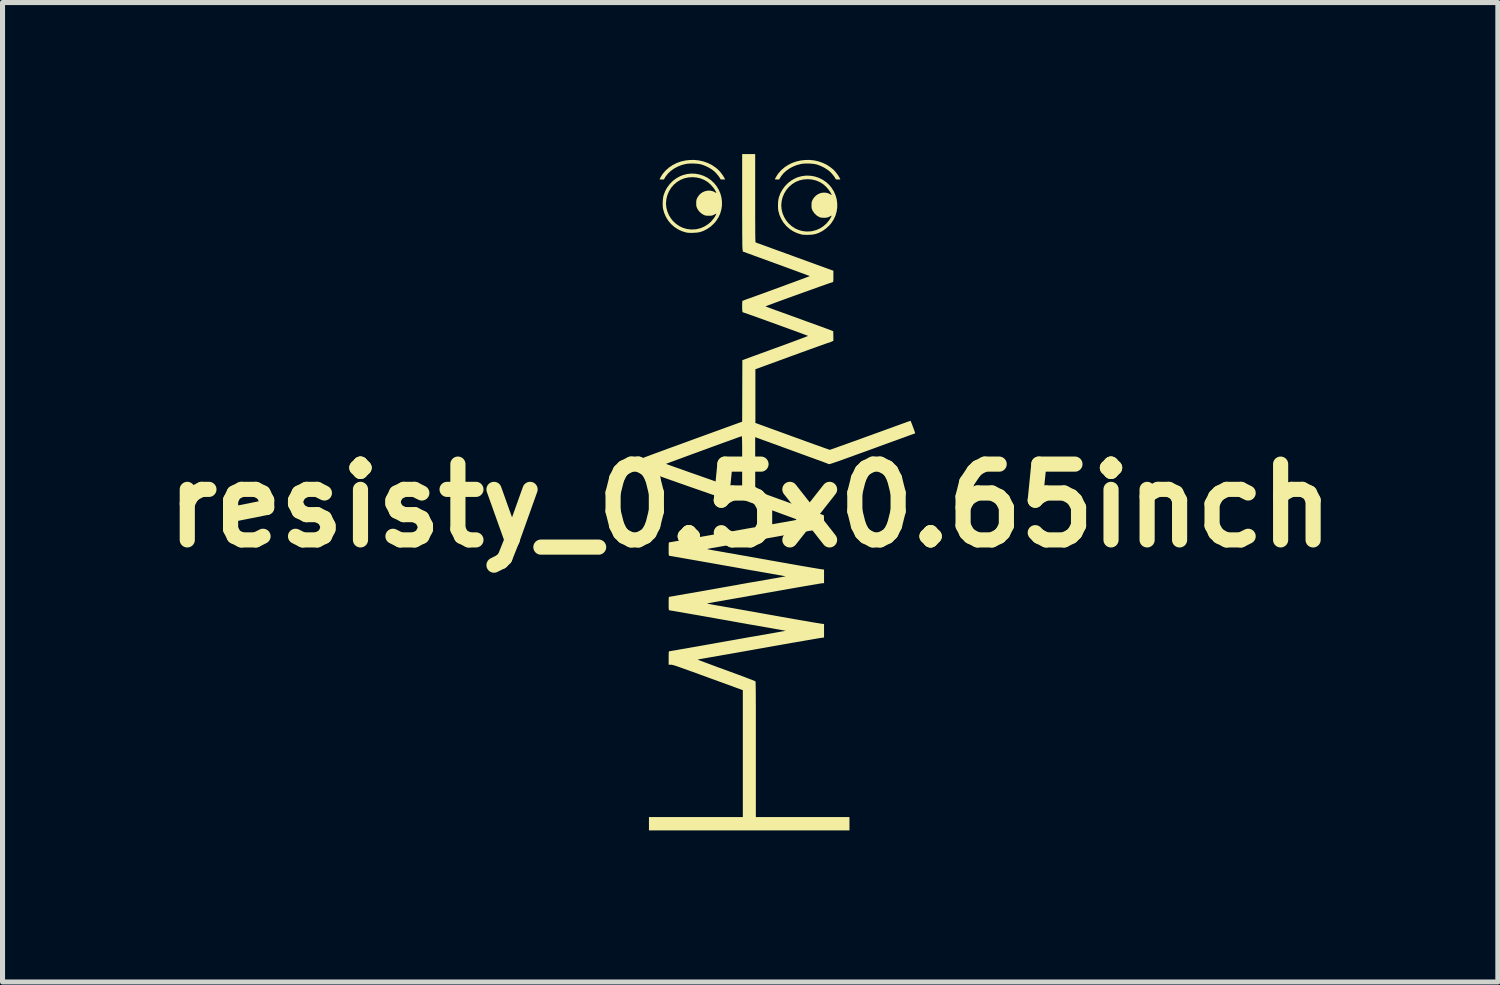
<source format=kicad_pcb>
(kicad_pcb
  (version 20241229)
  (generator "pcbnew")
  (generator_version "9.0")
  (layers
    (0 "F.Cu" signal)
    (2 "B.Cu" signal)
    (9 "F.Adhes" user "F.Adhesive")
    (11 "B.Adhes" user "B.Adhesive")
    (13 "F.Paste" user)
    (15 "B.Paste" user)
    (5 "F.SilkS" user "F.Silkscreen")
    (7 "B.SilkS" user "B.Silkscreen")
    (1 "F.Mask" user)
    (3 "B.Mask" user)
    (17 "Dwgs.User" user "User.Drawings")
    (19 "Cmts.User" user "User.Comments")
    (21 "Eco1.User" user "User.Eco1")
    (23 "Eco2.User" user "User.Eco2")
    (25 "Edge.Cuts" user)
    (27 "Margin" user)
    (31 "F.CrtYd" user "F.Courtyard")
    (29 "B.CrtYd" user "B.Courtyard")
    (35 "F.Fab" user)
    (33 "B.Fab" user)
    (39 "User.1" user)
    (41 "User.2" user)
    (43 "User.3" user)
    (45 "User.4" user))
  (footprint "resisty_0.5x0.65inch"
    (layer "F.Cu")
    (at 11.8 6.959)
    (property "Reference" "resisty_0.5x0.65inch" (at 0 0 0) (layer "F.SilkS") (effects (font (size 1.5 1.5) (thickness 0.3))))
    (attr board_only exclude_from_pos_files exclude_from_bom dnp)
    (fp_poly (pts (xy -1.016 -6.834) (xy -0.928 -6.814) (xy -0.843 -6.784) (xy -0.762 -6.745) (xy -0.687 -6.694) (xy -0.639 -6.655) (xy -0.604 -6.619) (xy -0.57 -6.577) (xy -0.538 -6.533) (xy -0.514 -6.492) (xy -0.513 -6.491) (xy -0.496 -6.456) (xy -0.541 -6.456) (xy -0.566 -6.456) (xy -0.58 -6.458) (xy -0.588 -6.462) (xy -0.593 -6.47) (xy -0.595 -6.474) (xy -0.608 -6.498) (xy -0.629 -6.527) (xy -0.655 -6.559) (xy -0.683 -6.591) (xy -0.713 -6.619) (xy -0.721 -6.626) (xy -0.763 -6.657) (xy -0.813 -6.688) (xy -0.868 -6.716) (xy -0.924 -6.739) (xy -0.969 -6.754) (xy -1.014 -6.763) (xy -1.067 -6.769) (xy -1.124 -6.772) (xy -1.182 -6.772) (xy -1.235 -6.769) (xy -1.272 -6.764) (xy -1.355 -6.743) (xy -1.433 -6.712) (xy -1.506 -6.673) (xy -1.571 -6.626) (xy -1.628 -6.573) (xy -1.674 -6.514) (xy -1.688 -6.491) (xy -1.708 -6.456) (xy -1.75 -6.456) (xy -1.772 -6.456) (xy -1.787 -6.458) (xy -1.793 -6.459) (xy -1.789 -6.47) (xy -1.78 -6.488) (xy -1.768 -6.51) (xy -1.753 -6.534) (xy -1.739 -6.557) (xy -1.731 -6.568) (xy -1.673 -6.635) (xy -1.607 -6.693) (xy -1.534 -6.742) (xy -1.455 -6.782) (xy -1.371 -6.812) (xy -1.284 -6.832) (xy -1.195 -6.842) (xy -1.105 -6.843)) (stroke (width 0) (type solid)) (fill yes) (layer "F.SilkS"))
    (fp_poly (pts (xy 1.266 -6.834) (xy 1.354 -6.814) (xy 1.439 -6.784) (xy 1.52 -6.745) (xy 1.595 -6.694) (xy 1.643 -6.655) (xy 1.678 -6.619) (xy 1.712 -6.577) (xy 1.744 -6.533) (xy 1.768 -6.492) (xy 1.769 -6.491) (xy 1.786 -6.456) (xy 1.741 -6.456) (xy 1.716 -6.456) (xy 1.702 -6.458) (xy 1.694 -6.462) (xy 1.689 -6.47) (xy 1.687 -6.474) (xy 1.674 -6.498) (xy 1.653 -6.527) (xy 1.627 -6.559) (xy 1.599 -6.591) (xy 1.57 -6.619) (xy 1.561 -6.626) (xy 1.519 -6.657) (xy 1.469 -6.688) (xy 1.414 -6.716) (xy 1.358 -6.739) (xy 1.313 -6.754) (xy 1.268 -6.763) (xy 1.215 -6.769) (xy 1.158 -6.772) (xy 1.1 -6.772) (xy 1.047 -6.769) (xy 1.01 -6.764) (xy 0.927 -6.743) (xy 0.849 -6.712) (xy 0.776 -6.673) (xy 0.711 -6.626) (xy 0.654 -6.573) (xy 0.608 -6.514) (xy 0.594 -6.491) (xy 0.574 -6.456) (xy 0.532 -6.456) (xy 0.51 -6.456) (xy 0.495 -6.458) (xy 0.489 -6.459) (xy 0.493 -6.47) (xy 0.502 -6.488) (xy 0.514 -6.51) (xy 0.529 -6.534) (xy 0.543 -6.557) (xy 0.551 -6.568) (xy 0.609 -6.635) (xy 0.675 -6.693) (xy 0.748 -6.742) (xy 0.827 -6.782) (xy 0.911 -6.812) (xy 0.998 -6.832) (xy 1.087 -6.842) (xy 1.177 -6.843)) (stroke (width 0) (type solid)) (fill yes) (layer "F.SilkS"))
    (fp_poly (pts (xy -1.085 -6.57) (xy -1.002 -6.555) (xy -0.923 -6.529) (xy -0.848 -6.492) (xy -0.779 -6.445) (xy -0.717 -6.387) (xy -0.675 -6.337) (xy -0.628 -6.264) (xy -0.593 -6.186) (xy -0.57 -6.106) (xy -0.559 -6.023) (xy -0.559 -5.941) (xy -0.571 -5.86) (xy -0.594 -5.78) (xy -0.629 -5.705) (xy -0.675 -5.634) (xy -0.714 -5.588) (xy -0.781 -5.525) (xy -0.853 -5.475) (xy -0.931 -5.436) (xy -0.987 -5.417) (xy -1.021 -5.409) (xy -1.064 -5.404) (xy -1.112 -5.401) (xy -1.161 -5.399) (xy -1.208 -5.4) (xy -1.248 -5.404) (xy -1.268 -5.407) (xy -1.353 -5.433) (xy -1.431 -5.471) (xy -1.503 -5.518) (xy -1.567 -5.575) (xy -1.622 -5.64) (xy -1.667 -5.713) (xy -1.702 -5.793) (xy -1.724 -5.872) (xy -1.73 -5.915) (xy -1.732 -5.966) (xy -1.732 -5.98) (xy -1.667 -5.98) (xy -1.66 -5.903) (xy -1.641 -5.827) (xy -1.61 -5.753) (xy -1.569 -5.685) (xy -1.529 -5.635) (xy -1.468 -5.578) (xy -1.401 -5.532) (xy -1.329 -5.498) (xy -1.251 -5.476) (xy -1.171 -5.466) (xy -1.088 -5.469) (xy -1.054 -5.474) (xy -0.977 -5.494) (xy -0.904 -5.526) (xy -0.836 -5.569) (xy -0.775 -5.621) (xy -0.724 -5.683) (xy -0.711 -5.702) (xy -0.694 -5.728) (xy -0.681 -5.751) (xy -0.673 -5.769) (xy -0.67 -5.779) (xy -0.673 -5.78) (xy -0.706 -5.763) (xy -0.73 -5.752) (xy -0.75 -5.744) (xy -0.767 -5.74) (xy -0.787 -5.739) (xy -0.81 -5.738) (xy -0.82 -5.738) (xy -0.852 -5.739) (xy -0.876 -5.741) (xy -0.895 -5.745) (xy -0.914 -5.753) (xy -0.921 -5.756) (xy -0.968 -5.785) (xy -1.01 -5.824) (xy -1.042 -5.87) (xy -1.047 -5.88) (xy -1.057 -5.902) (xy -1.063 -5.92) (xy -1.067 -5.939) (xy -1.068 -5.963) (xy -1.068 -5.986) (xy -1.068 -6.017) (xy -1.066 -6.039) (xy -1.062 -6.058) (xy -1.055 -6.077) (xy -1.047 -6.093) (xy -1.017 -6.14) (xy -0.98 -6.178) (xy -0.936 -6.207) (xy -0.888 -6.226) (xy -0.837 -6.236) (xy -0.786 -6.235) (xy -0.736 -6.222) (xy -0.693 -6.201) (xy -0.678 -6.192) (xy -0.669 -6.188) (xy -0.668 -6.188) (xy -0.672 -6.199) (xy -0.681 -6.217) (xy -0.694 -6.24) (xy -0.709 -6.265) (xy -0.724 -6.287) (xy -0.777 -6.35) (xy -0.837 -6.403) (xy -0.905 -6.445) (xy -0.978 -6.476) (xy -1.057 -6.495) (xy -1.139 -6.502) (xy -1.144 -6.502) (xy -1.228 -6.496) (xy -1.308 -6.478) (xy -1.382 -6.447) (xy -1.451 -6.405) (xy -1.513 -6.352) (xy -1.564 -6.292) (xy -1.606 -6.224) (xy -1.638 -6.15) (xy -1.658 -6.073) (xy -1.666 -5.995) (xy -1.667 -5.98) (xy -1.732 -5.98) (xy -1.731 -6.021) (xy -1.727 -6.074) (xy -1.719 -6.121) (xy -1.714 -6.144) (xy -1.684 -6.224) (xy -1.642 -6.299) (xy -1.591 -6.367) (xy -1.531 -6.428) (xy -1.463 -6.479) (xy -1.388 -6.521) (xy -1.334 -6.542) (xy -1.252 -6.564) (xy -1.168 -6.573)) (stroke (width 0) (type solid)) (fill yes) (layer "F.SilkS"))
    (fp_poly (pts (xy 1.197 -6.53) (xy 1.28 -6.515) (xy 1.359 -6.489) (xy 1.434 -6.452) (xy 1.503 -6.405) (xy 1.565 -6.348) (xy 1.607 -6.297) (xy 1.654 -6.224) (xy 1.689 -6.146) (xy 1.712 -6.066) (xy 1.723 -5.984) (xy 1.723 -5.901) (xy 1.711 -5.82) (xy 1.688 -5.741) (xy 1.653 -5.665) (xy 1.607 -5.594) (xy 1.568 -5.548) (xy 1.501 -5.486) (xy 1.429 -5.435) (xy 1.351 -5.396) (xy 1.295 -5.377) (xy 1.261 -5.37) (xy 1.218 -5.364) (xy 1.17 -5.361) (xy 1.121 -5.36) (xy 1.074 -5.361) (xy 1.034 -5.364) (xy 1.014 -5.368) (xy 0.929 -5.394) (xy 0.851 -5.431) (xy 0.779 -5.478) (xy 0.715 -5.535) (xy 0.66 -5.601) (xy 0.615 -5.674) (xy 0.58 -5.753) (xy 0.558 -5.833) (xy 0.552 -5.876) (xy 0.55 -5.927) (xy 0.55 -5.941) (xy 0.615 -5.941) (xy 0.622 -5.863) (xy 0.641 -5.787) (xy 0.672 -5.713) (xy 0.713 -5.645) (xy 0.753 -5.595) (xy 0.814 -5.538) (xy 0.881 -5.492) (xy 0.954 -5.458) (xy 1.031 -5.436) (xy 1.111 -5.426) (xy 1.194 -5.429) (xy 1.228 -5.434) (xy 1.305 -5.454) (xy 1.378 -5.486) (xy 1.446 -5.529) (xy 1.507 -5.582) (xy 1.558 -5.643) (xy 1.571 -5.662) (xy 1.588 -5.689) (xy 1.601 -5.712) (xy 1.609 -5.729) (xy 1.612 -5.739) (xy 1.609 -5.74) (xy 1.576 -5.724) (xy 1.552 -5.712) (xy 1.532 -5.705) (xy 1.515 -5.701) (xy 1.495 -5.699) (xy 1.472 -5.698) (xy 1.462 -5.698) (xy 1.43 -5.699) (xy 1.406 -5.701) (xy 1.387 -5.706) (xy 1.368 -5.713) (xy 1.361 -5.716) (xy 1.314 -5.745) (xy 1.272 -5.785) (xy 1.24 -5.831) (xy 1.235 -5.84) (xy 1.225 -5.862) (xy 1.219 -5.88) (xy 1.215 -5.899) (xy 1.214 -5.923) (xy 1.214 -5.947) (xy 1.214 -5.977) (xy 1.216 -6) (xy 1.22 -6.018) (xy 1.228 -6.037) (xy 1.235 -6.054) (xy 1.265 -6.1) (xy 1.302 -6.138) (xy 1.346 -6.167) (xy 1.394 -6.187) (xy 1.445 -6.196) (xy 1.496 -6.195) (xy 1.546 -6.183) (xy 1.589 -6.161) (xy 1.604 -6.152) (xy 1.613 -6.148) (xy 1.614 -6.148) (xy 1.611 -6.159) (xy 1.601 -6.177) (xy 1.588 -6.2) (xy 1.573 -6.225) (xy 1.558 -6.247) (xy 1.505 -6.31) (xy 1.445 -6.363) (xy 1.377 -6.405) (xy 1.304 -6.436) (xy 1.225 -6.455) (xy 1.143 -6.462) (xy 1.138 -6.462) (xy 1.054 -6.456) (xy 0.974 -6.438) (xy 0.9 -6.408) (xy 0.831 -6.365) (xy 0.769 -6.312) (xy 0.718 -6.252) (xy 0.676 -6.184) (xy 0.644 -6.111) (xy 0.624 -6.034) (xy 0.616 -5.956) (xy 0.615 -5.941) (xy 0.55 -5.941) (xy 0.551 -5.981) (xy 0.555 -6.034) (xy 0.563 -6.082) (xy 0.568 -6.104) (xy 0.598 -6.184) (xy 0.64 -6.259) (xy 0.691 -6.327) (xy 0.751 -6.388) (xy 0.82 -6.44) (xy 0.894 -6.481) (xy 0.948 -6.503) (xy 1.03 -6.524) (xy 1.114 -6.533)) (stroke (width 0) (type solid)) (fill yes) (layer "F.SilkS"))
    (fp_poly (pts (xy 0.099 -6.086) (xy 0.099 -5.961) (xy 0.099 -5.848) (xy 0.099 -5.747) (xy 0.099 -5.658) (xy 0.1 -5.579) (xy 0.1 -5.509) (xy 0.1 -5.449) (xy 0.1 -5.398) (xy 0.101 -5.355) (xy 0.101 -5.319) (xy 0.102 -5.289) (xy 0.103 -5.265) (xy 0.103 -5.247) (xy 0.104 -5.233) (xy 0.105 -5.223) (xy 0.107 -5.216) (xy 0.108 -5.212) (xy 0.109 -5.21) (xy 0.111 -5.209) (xy 0.118 -5.206) (xy 0.138 -5.199) (xy 0.168 -5.188) (xy 0.208 -5.174) (xy 0.257 -5.156) (xy 0.315 -5.135) (xy 0.381 -5.111) (xy 0.454 -5.084) (xy 0.533 -5.055) (xy 0.617 -5.025) (xy 0.705 -4.993) (xy 0.798 -4.959) (xy 0.85 -4.94) (xy 0.945 -4.905) (xy 1.037 -4.872) (xy 1.124 -4.84) (xy 1.208 -4.81) (xy 1.286 -4.781) (xy 1.357 -4.755) (xy 1.422 -4.732) (xy 1.478 -4.711) (xy 1.526 -4.694) (xy 1.564 -4.68) (xy 1.592 -4.67) (xy 1.608 -4.664) (xy 1.612 -4.662) (xy 1.647 -4.649) (xy 1.647 -4.541) (xy 1.647 -4.498) (xy 1.646 -4.466) (xy 1.644 -4.445) (xy 1.642 -4.432) (xy 1.638 -4.426) (xy 1.627 -4.421) (xy 1.608 -4.415) (xy 1.594 -4.411) (xy 1.584 -4.408) (xy 1.563 -4.401) (xy 1.531 -4.39) (xy 1.491 -4.376) (xy 1.442 -4.358) (xy 1.386 -4.339) (xy 1.324 -4.316) (xy 1.257 -4.292) (xy 1.186 -4.267) (xy 1.112 -4.24) (xy 1.035 -4.213) (xy 0.958 -4.185) (xy 0.88 -4.157) (xy 0.803 -4.129) (xy 0.728 -4.102) (xy 0.656 -4.076) (xy 0.588 -4.051) (xy 0.525 -4.028) (xy 0.468 -4.007) (xy 0.418 -3.988) (xy 0.376 -3.973) (xy 0.343 -3.96) (xy 0.319 -3.951) (xy 0.307 -3.946) (xy 0.305 -3.946) (xy 0.308 -3.942) (xy 0.318 -3.937) (xy 0.327 -3.934) (xy 0.347 -3.927) (xy 0.377 -3.916) (xy 0.418 -3.901) (xy 0.467 -3.883) (xy 0.524 -3.862) (xy 0.589 -3.839) (xy 0.66 -3.813) (xy 0.736 -3.786) (xy 0.817 -3.756) (xy 0.901 -3.726) (xy 0.933 -3.714) (xy 1.019 -3.683) (xy 1.103 -3.652) (xy 1.184 -3.623) (xy 1.26 -3.596) (xy 1.33 -3.57) (xy 1.394 -3.547) (xy 1.451 -3.526) (xy 1.499 -3.508) (xy 1.538 -3.494) (xy 1.567 -3.483) (xy 1.585 -3.477) (xy 1.587 -3.475) (xy 1.644 -3.453) (xy 1.646 -3.358) (xy 1.647 -3.263) (xy 1.608 -3.245) (xy 1.584 -3.235) (xy 1.561 -3.227) (xy 1.548 -3.224) (xy 1.54 -3.221) (xy 1.519 -3.214) (xy 1.488 -3.203) (xy 1.447 -3.188) (xy 1.396 -3.17) (xy 1.337 -3.149) (xy 1.271 -3.125) (xy 1.198 -3.099) (xy 1.118 -3.07) (xy 1.034 -3.04) (xy 0.945 -3.007) (xy 0.853 -2.974) (xy 0.815 -2.96) (xy 0.103 -2.7) (xy 0.103 -2.169) (xy 0.103 -1.637) (xy 0.833 -1.371) (xy 0.928 -1.337) (xy 1.019 -1.304) (xy 1.106 -1.272) (xy 1.188 -1.243) (xy 1.264 -1.215) (xy 1.334 -1.19) (xy 1.397 -1.168) (xy 1.451 -1.148) (xy 1.497 -1.132) (xy 1.533 -1.119) (xy 1.559 -1.11) (xy 1.573 -1.106) (xy 1.576 -1.105) (xy 1.584 -1.107) (xy 1.603 -1.114) (xy 1.633 -1.124) (xy 1.673 -1.138) (xy 1.723 -1.156) (xy 1.781 -1.177) (xy 1.848 -1.2) (xy 1.921 -1.227) (xy 2.001 -1.256) (xy 2.087 -1.286) (xy 2.177 -1.319) (xy 2.272 -1.354) (xy 2.37 -1.389) (xy 2.379 -1.392) (xy 2.477 -1.428) (xy 2.572 -1.462) (xy 2.662 -1.495) (xy 2.748 -1.526) (xy 2.828 -1.555) (xy 2.901 -1.582) (xy 2.968 -1.606) (xy 3.026 -1.627) (xy 3.076 -1.645) (xy 3.116 -1.66) (xy 3.147 -1.67) (xy 3.166 -1.677) (xy 3.174 -1.68) (xy 3.174 -1.68) (xy 3.177 -1.674) (xy 3.184 -1.658) (xy 3.193 -1.634) (xy 3.205 -1.605) (xy 3.217 -1.572) (xy 3.23 -1.538) (xy 3.242 -1.505) (xy 3.252 -1.476) (xy 3.26 -1.452) (xy 3.265 -1.437) (xy 3.266 -1.432) (xy 3.26 -1.429) (xy 3.242 -1.423) (xy 3.213 -1.412) (xy 3.173 -1.398) (xy 3.124 -1.38) (xy 3.067 -1.359) (xy 3.001 -1.335) (xy 2.927 -1.308) (xy 2.847 -1.279) (xy 2.761 -1.248) (xy 2.67 -1.215) (xy 2.574 -1.18) (xy 2.474 -1.143) (xy 2.416 -1.122) (xy 2.296 -1.078) (xy 2.187 -1.039) (xy 2.09 -1.004) (xy 2.004 -0.972) (xy 1.927 -0.945) (xy 1.86 -0.92) (xy 1.801 -0.899) (xy 1.751 -0.881) (xy 1.707 -0.866) (xy 1.671 -0.854) (xy 1.641 -0.844) (xy 1.617 -0.836) (xy 1.598 -0.83) (xy 1.583 -0.826) (xy 1.572 -0.823) (xy 1.563 -0.822) (xy 1.558 -0.821) (xy 1.554 -0.822) (xy 1.553 -0.823) (xy 1.543 -0.827) (xy 1.522 -0.836) (xy 1.492 -0.847) (xy 1.456 -0.861) (xy 1.414 -0.877) (xy 1.369 -0.893) (xy 1.321 -0.91) (xy 1.273 -0.928) (xy 1.229 -0.944) (xy 1.189 -0.958) (xy 1.159 -0.969) (xy 1.141 -0.976) (xy 1.126 -0.981) (xy 1.1 -0.991) (xy 1.064 -1.004) (xy 1.019 -1.02) (xy 0.968 -1.039) (xy 0.91 -1.06) (xy 0.847 -1.083) (xy 0.781 -1.107) (xy 0.712 -1.132) (xy 0.641 -1.158) (xy 0.571 -1.184) (xy 0.502 -1.209) (xy 0.435 -1.233) (xy 0.371 -1.257) (xy 0.312 -1.278) (xy 0.259 -1.297) (xy 0.213 -1.314) (xy 0.175 -1.328) (xy 0.146 -1.338) (xy 0.129 -1.345) (xy 0.124 -1.347) (xy 0.099 -1.355) (xy 0.099 -0.828) (xy 0.1 -0.301) (xy 0.772 -0.057) (xy 0.863 -0.024) (xy 0.95 0.007) (xy 1.033 0.037) (xy 1.111 0.065) (xy 1.183 0.091) (xy 1.248 0.115) (xy 1.306 0.136) (xy 1.355 0.154) (xy 1.395 0.168) (xy 1.426 0.179) (xy 1.445 0.186) (xy 1.453 0.189) (xy 1.454 0.189) (xy 1.457 0.193) (xy 1.459 0.205) (xy 1.46 0.225) (xy 1.461 0.255) (xy 1.462 0.296) (xy 1.462 0.328) (xy 1.462 0.464) (xy 1.443 0.46) (xy 1.432 0.46) (xy 1.409 0.463) (xy 1.372 0.468) (xy 1.323 0.476) (xy 1.261 0.486) (xy 1.185 0.498) (xy 1.097 0.513) (xy 0.996 0.531) (xy 0.882 0.55) (xy 0.755 0.573) (xy 0.615 0.597) (xy 0.462 0.625) (xy 0.364 0.642) (xy 0.257 0.661) (xy 0.162 0.678) (xy 0.077 0.693) (xy -0.001 0.707) (xy -0.071 0.72) (xy -0.137 0.731) (xy -0.2 0.742) (xy -0.261 0.753) (xy -0.322 0.764) (xy -0.384 0.775) (xy -0.45 0.786) (xy -0.521 0.798) (xy -0.532 0.801) (xy -0.595 0.811) (xy -0.653 0.822) (xy -0.706 0.831) (xy -0.753 0.839) (xy -0.791 0.846) (xy -0.82 0.852) (xy -0.839 0.856) (xy -0.846 0.857) (xy -0.846 0.857) (xy -0.846 0.863) (xy -0.839 0.864) (xy -0.821 0.868) (xy -0.792 0.873) (xy -0.753 0.88) (xy -0.707 0.889) (xy -0.654 0.898) (xy -0.596 0.908) (xy -0.534 0.919) (xy -0.532 0.919) (xy -0.461 0.932) (xy -0.394 0.943) (xy -0.331 0.954) (xy -0.27 0.965) (xy -0.21 0.976) (xy -0.147 0.987) (xy -0.082 0.998) (xy -0.012 1.011) (xy 0.064 1.024) (xy 0.148 1.039) (xy 0.241 1.056) (xy 0.346 1.074) (xy 0.364 1.078) (xy 0.472 1.097) (xy 0.578 1.116) (xy 0.682 1.134) (xy 0.782 1.152) (xy 0.879 1.169) (xy 0.97 1.185) (xy 1.056 1.2) (xy 1.135 1.213) (xy 1.207 1.226) (xy 1.271 1.236) (xy 1.326 1.246) (xy 1.371 1.253) (xy 1.406 1.259) (xy 1.429 1.262) (xy 1.44 1.263) (xy 1.441 1.263) (xy 1.462 1.263) (xy 1.462 1.399) (xy 1.462 1.535) (xy 1.441 1.535) (xy 1.43 1.536) (xy 1.408 1.539) (xy 1.374 1.544) (xy 1.33 1.552) (xy 1.275 1.561) (xy 1.212 1.572) (xy 1.141 1.584) (xy 1.062 1.597) (xy 0.977 1.612) (xy 0.885 1.628) (xy 0.789 1.645) (xy 0.689 1.663) (xy 0.586 1.681) (xy 0.48 1.7) (xy 0.372 1.719) (xy 0.364 1.72) (xy 0.257 1.739) (xy 0.162 1.756) (xy 0.077 1.772) (xy -0.001 1.785) (xy -0.071 1.798) (xy -0.137 1.81) (xy -0.2 1.821) (xy -0.261 1.831) (xy -0.322 1.842) (xy -0.384 1.853) (xy -0.45 1.864) (xy -0.521 1.877) (xy -0.532 1.879) (xy -0.595 1.89) (xy -0.653 1.9) (xy -0.706 1.909) (xy -0.753 1.918) (xy -0.791 1.925) (xy -0.82 1.93) (xy -0.839 1.934) (xy -0.846 1.935) (xy -0.846 1.935) (xy -0.846 1.941) (xy -0.839 1.942) (xy -0.821 1.946) (xy -0.792 1.951) (xy -0.753 1.958) (xy -0.707 1.967) (xy -0.654 1.976) (xy -0.596 1.986) (xy -0.534 1.997) (xy -0.532 1.997) (xy -0.461 2.01) (xy -0.394 2.021) (xy -0.331 2.032) (xy -0.27 2.043) (xy -0.21 2.054) (xy -0.147 2.065) (xy -0.082 2.076) (xy -0.012 2.089) (xy 0.064 2.102) (xy 0.148 2.117) (xy 0.241 2.134) (xy 0.346 2.153) (xy 0.364 2.156) (xy 0.472 2.175) (xy 0.578 2.194) (xy 0.682 2.212) (xy 0.782 2.23) (xy 0.879 2.247) (xy 0.97 2.263) (xy 1.056 2.278) (xy 1.135 2.291) (xy 1.207 2.304) (xy 1.271 2.315) (xy 1.326 2.324) (xy 1.371 2.331) (xy 1.406 2.337) (xy 1.429 2.34) (xy 1.44 2.342) (xy 1.441 2.342) (xy 1.462 2.342) (xy 1.462 2.477) (xy 1.462 2.613) (xy 1.441 2.613) (xy 1.431 2.614) (xy 1.41 2.617) (xy 1.377 2.622) (xy 1.335 2.629) (xy 1.283 2.638) (xy 1.224 2.648) (xy 1.157 2.66) (xy 1.085 2.672) (xy 1.007 2.686) (xy 0.925 2.7) (xy 0.84 2.714) (xy 0.753 2.73) (xy 0.665 2.745) (xy 0.577 2.761) (xy 0.49 2.776) (xy 0.405 2.791) (xy 0.323 2.806) (xy 0.245 2.82) (xy 0.202 2.827) (xy 0.146 2.837) (xy 0.086 2.848) (xy 0.025 2.859) (xy -0.032 2.869) (xy -0.083 2.878) (xy -0.096 2.881) (xy -0.128 2.886) (xy -0.172 2.894) (xy -0.225 2.903) (xy -0.286 2.914) (xy -0.353 2.926) (xy -0.423 2.938) (xy -0.496 2.951) (xy -0.568 2.963) (xy -0.589 2.967) (xy -0.657 2.979) (xy -0.723 2.991) (xy -0.785 3.001) (xy -0.841 3.011) (xy -0.89 3.02) (xy -0.931 3.027) (xy -0.963 3.033) (xy -0.983 3.036) (xy -0.989 3.037) (xy -1.012 3.041) (xy -1.03 3.045) (xy -1.038 3.047) (xy -1.034 3.05) (xy -1.018 3.057) (xy -0.991 3.067) (xy -0.954 3.081) (xy -0.908 3.099) (xy -0.854 3.119) (xy -0.792 3.142) (xy -0.724 3.167) (xy -0.651 3.195) (xy -0.572 3.223) (xy -0.49 3.253) (xy -0.476 3.258) (xy -0.393 3.289) (xy -0.313 3.318) (xy -0.237 3.346) (xy -0.167 3.372) (xy -0.103 3.396) (xy -0.046 3.418) (xy 0.004 3.437) (xy 0.044 3.452) (xy 0.075 3.465) (xy 0.095 3.473) (xy 0.104 3.477) (xy 0.104 3.478) (xy 0.105 3.481) (xy 0.106 3.49) (xy 0.107 3.504) (xy 0.108 3.525) (xy 0.108 3.552) (xy 0.109 3.585) (xy 0.11 3.626) (xy 0.11 3.675) (xy 0.111 3.732) (xy 0.111 3.798) (xy 0.111 3.873) (xy 0.112 3.958) (xy 0.112 4.052) (xy 0.112 4.158) (xy 0.112 4.274) (xy 0.112 4.402) (xy 0.112 4.542) (xy 0.112 4.694) (xy 0.112 4.827) (xy 0.112 6.165) (xy 1.038 6.165) (xy 1.965 6.165) (xy 1.965 6.297) (xy 1.965 6.429) (xy -0.02 6.429) (xy -2.004 6.429) (xy -2.004 6.297) (xy -2.004 6.165) (xy -1.075 6.165) (xy -0.146 6.165) (xy -0.146 4.909) (xy -0.146 3.653) (xy -0.174 3.642) (xy -0.184 3.639) (xy -0.205 3.631) (xy -0.237 3.619) (xy -0.28 3.604) (xy -0.331 3.585) (xy -0.39 3.563) (xy -0.457 3.539) (xy -0.53 3.512) (xy -0.609 3.484) (xy -0.692 3.453) (xy -0.78 3.422) (xy -0.865 3.39) (xy -0.971 3.352) (xy -1.065 3.317) (xy -1.149 3.287) (xy -1.222 3.261) (xy -1.285 3.238) (xy -1.34 3.219) (xy -1.386 3.202) (xy -1.426 3.188) (xy -1.459 3.177) (xy -1.486 3.168) (xy -1.508 3.161) (xy -1.526 3.156) (xy -1.54 3.153) (xy -1.551 3.15) (xy -1.56 3.149) (xy -1.568 3.149) (xy -1.572 3.149) (xy -1.614 3.149) (xy -1.614 3.016) (xy -1.614 2.967) (xy -1.613 2.93) (xy -1.612 2.905) (xy -1.61 2.89) (xy -1.607 2.884) (xy -1.606 2.884) (xy -1.599 2.883) (xy -1.579 2.88) (xy -1.548 2.874) (xy -1.507 2.867) (xy -1.457 2.859) (xy -1.399 2.848) (xy -1.333 2.837) (xy -1.262 2.825) (xy -1.185 2.811) (xy -1.104 2.797) (xy -1.02 2.782) (xy -0.934 2.767) (xy -0.846 2.751) (xy -0.758 2.736) (xy -0.671 2.72) (xy -0.585 2.705) (xy -0.502 2.69) (xy -0.423 2.676) (xy -0.348 2.663) (xy -0.279 2.651) (xy -0.217 2.639) (xy -0.162 2.63) (xy -0.115 2.621) (xy -0.086 2.616) (xy -0.046 2.609) (xy -0.004 2.601) (xy 0.036 2.595) (xy 0.066 2.59) (xy 0.087 2.586) (xy 0.12 2.581) (xy 0.161 2.574) (xy 0.21 2.565) (xy 0.263 2.556) (xy 0.32 2.546) (xy 0.37 2.537) (xy 0.427 2.527) (xy 0.482 2.517) (xy 0.533 2.508) (xy 0.578 2.5) (xy 0.615 2.493) (xy 0.643 2.488) (xy 0.658 2.486) (xy 0.704 2.478) (xy 0.658 2.469) (xy 0.637 2.465) (xy 0.604 2.459) (xy 0.564 2.452) (xy 0.516 2.444) (xy 0.463 2.434) (xy 0.406 2.424) (xy 0.349 2.414) (xy 0.291 2.404) (xy 0.235 2.394) (xy 0.184 2.385) (xy 0.138 2.377) (xy 0.099 2.37) (xy 0.069 2.365) (xy 0.051 2.362) (xy 0.05 2.362) (xy 0.025 2.358) (xy -0.008 2.352) (xy -0.046 2.346) (xy -0.084 2.339) (xy -0.086 2.338) (xy -0.131 2.33) (xy -0.184 2.321) (xy -0.245 2.31) (xy -0.313 2.298) (xy -0.387 2.284) (xy -0.466 2.27) (xy -0.548 2.256) (xy -0.634 2.241) (xy -0.721 2.225) (xy -0.81 2.209) (xy -0.898 2.194) (xy -0.986 2.178) (xy -1.071 2.163) (xy -1.154 2.149) (xy -1.232 2.135) (xy -1.306 2.122) (xy -1.374 2.11) (xy -1.435 2.1) (xy -1.489 2.09) (xy -1.533 2.083) (xy -1.568 2.077) (xy -1.592 2.073) (xy -1.605 2.071) (xy -1.606 2.07) (xy -1.609 2.066) (xy -1.611 2.052) (xy -1.613 2.029) (xy -1.614 1.994) (xy -1.614 1.946) (xy -1.614 1.938) (xy -1.614 1.889) (xy -1.613 1.852) (xy -1.612 1.827) (xy -1.61 1.812) (xy -1.607 1.806) (xy -1.606 1.806) (xy -1.599 1.805) (xy -1.579 1.801) (xy -1.548 1.796) (xy -1.507 1.789) (xy -1.457 1.78) (xy -1.399 1.77) (xy -1.333 1.759) (xy -1.262 1.746) (xy -1.185 1.733) (xy -1.104 1.719) (xy -1.02 1.704) (xy -0.934 1.689) (xy -0.846 1.673) (xy -0.758 1.658) (xy -0.671 1.642) (xy -0.585 1.627) (xy -0.502 1.612) (xy -0.423 1.598) (xy -0.348 1.585) (xy -0.279 1.573) (xy -0.217 1.561) (xy -0.162 1.551) (xy -0.115 1.543) (xy -0.086 1.538) (xy -0.046 1.53) (xy -0.004 1.523) (xy 0.036 1.516) (xy 0.066 1.511) (xy 0.087 1.508) (xy 0.12 1.503) (xy 0.161 1.495) (xy 0.21 1.487) (xy 0.263 1.478) (xy 0.32 1.468) (xy 0.37 1.459) (xy 0.427 1.448) (xy 0.482 1.439) (xy 0.533 1.43) (xy 0.578 1.422) (xy 0.615 1.415) (xy 0.643 1.41) (xy 0.658 1.407) (xy 0.704 1.399) (xy 0.658 1.391) (xy 0.637 1.387) (xy 0.604 1.381) (xy 0.564 1.374) (xy 0.516 1.365) (xy 0.463 1.356) (xy 0.406 1.346) (xy 0.349 1.336) (xy 0.291 1.326) (xy 0.235 1.316) (xy 0.184 1.307) (xy 0.138 1.299) (xy 0.099 1.292) (xy 0.069 1.287) (xy 0.051 1.284) (xy 0.05 1.284) (xy 0.025 1.28) (xy -0.008 1.274) (xy -0.046 1.267) (xy -0.084 1.261) (xy -0.086 1.26) (xy -0.131 1.252) (xy -0.184 1.242) (xy -0.245 1.231) (xy -0.313 1.219) (xy -0.387 1.206) (xy -0.466 1.192) (xy -0.548 1.178) (xy -0.634 1.162) (xy -0.721 1.147) (xy -0.81 1.131) (xy -0.898 1.116) (xy -0.986 1.1) (xy -1.071 1.085) (xy -1.154 1.071) (xy -1.232 1.057) (xy -1.306 1.044) (xy -1.374 1.032) (xy -1.435 1.021) (xy -1.489 1.012) (xy -1.533 1.004) (xy -1.568 0.998) (xy -1.592 0.994) (xy -1.605 0.992) (xy -1.606 0.992) (xy -1.609 0.988) (xy -1.611 0.974) (xy -1.613 0.95) (xy -1.614 0.915) (xy -1.614 0.868) (xy -1.614 0.86) (xy -1.614 0.811) (xy -1.613 0.774) (xy -1.612 0.748) (xy -1.61 0.733) (xy -1.607 0.728) (xy -1.606 0.728) (xy -1.599 0.726) (xy -1.579 0.723) (xy -1.548 0.718) (xy -1.507 0.711) (xy -1.457 0.702) (xy -1.399 0.692) (xy -1.333 0.681) (xy -1.262 0.668) (xy -1.185 0.655) (xy -1.104 0.64) (xy -1.02 0.626) (xy -0.934 0.61) (xy -0.846 0.595) (xy -0.758 0.579) (xy -0.671 0.564) (xy -0.585 0.549) (xy -0.502 0.534) (xy -0.423 0.52) (xy -0.348 0.507) (xy -0.279 0.494) (xy -0.217 0.483) (xy -0.162 0.473) (xy -0.115 0.465) (xy -0.086 0.459) (xy -0.046 0.452) (xy -0.004 0.445) (xy 0.036 0.438) (xy 0.066 0.433) (xy 0.087 0.43) (xy 0.12 0.424) (xy 0.161 0.417) (xy 0.21 0.409) (xy 0.263 0.399) (xy 0.32 0.389) (xy 0.37 0.38) (xy 0.434 0.369) (xy 0.502 0.357) (xy 0.57 0.345) (xy 0.636 0.333) (xy 0.697 0.323) (xy 0.749 0.314) (xy 0.772 0.309) (xy 0.816 0.302) (xy 0.856 0.294) (xy 0.889 0.288) (xy 0.914 0.283) (xy 0.929 0.279) (xy 0.933 0.278) (xy 0.927 0.275) (xy 0.909 0.268) (xy 0.881 0.258) (xy 0.843 0.243) (xy 0.796 0.226) (xy 0.741 0.206) (xy 0.679 0.183) (xy 0.61 0.158) (xy 0.537 0.131) (xy 0.459 0.102) (xy 0.387 0.076) (xy -0.159 -0.122) (xy -0.159 -0.75) (xy -0.159 -0.857) (xy -0.159 -0.951) (xy -0.159 -1.034) (xy -0.159 -1.105) (xy -0.159 -1.167) (xy -0.16 -1.218) (xy -0.16 -1.261) (xy -0.161 -1.296) (xy -0.162 -1.323) (xy -0.163 -1.344) (xy -0.164 -1.359) (xy -0.165 -1.368) (xy -0.166 -1.373) (xy -0.168 -1.375) (xy -0.168 -1.375) (xy -0.176 -1.372) (xy -0.196 -1.365) (xy -0.227 -1.354) (xy -0.266 -1.34) (xy -0.315 -1.322) (xy -0.37 -1.302) (xy -0.433 -1.279) (xy -0.501 -1.255) (xy -0.575 -1.228) (xy -0.652 -1.2) (xy -0.732 -1.171) (xy -0.814 -1.141) (xy -0.897 -1.11) (xy -0.981 -1.08) (xy -1.064 -1.049) (xy -1.145 -1.02) (xy -1.223 -0.991) (xy -1.299 -0.963) (xy -1.369 -0.937) (xy -1.435 -0.913) (xy -1.494 -0.891) (xy -1.546 -0.872) (xy -1.59 -0.856) (xy -1.625 -0.843) (xy -1.65 -0.833) (xy -1.664 -0.828) (xy -1.667 -0.827) (xy -1.661 -0.824) (xy -1.643 -0.818) (xy -1.615 -0.807) (xy -1.577 -0.794) (xy -1.531 -0.777) (xy -1.478 -0.758) (xy -1.417 -0.737) (xy -1.351 -0.714) (xy -1.281 -0.689) (xy -1.207 -0.662) (xy -1.13 -0.635) (xy -1.051 -0.608) (xy -0.972 -0.58) (xy -0.893 -0.552) (xy -0.816 -0.525) (xy -0.741 -0.499) (xy -0.669 -0.473) (xy -0.601 -0.45) (xy -0.539 -0.428) (xy -0.482 -0.409) (xy -0.453 -0.398) (xy -0.435 -0.392) (xy -0.423 -0.386) (xy -0.422 -0.384) (xy -0.422 -0.377) (xy -0.427 -0.36) (xy -0.434 -0.335) (xy -0.444 -0.305) (xy -0.455 -0.271) (xy -0.466 -0.237) (xy -0.478 -0.204) (xy -0.488 -0.175) (xy -0.496 -0.153) (xy -0.502 -0.138) (xy -0.504 -0.135) (xy -0.511 -0.137) (xy -0.529 -0.143) (xy -0.558 -0.152) (xy -0.596 -0.165) (xy -0.644 -0.181) (xy -0.699 -0.201) (xy -0.762 -0.222) (xy -0.83 -0.246) (xy -0.904 -0.272) (xy -0.983 -0.299) (xy -1.065 -0.328) (xy -1.149 -0.357) (xy -1.235 -0.387) (xy -1.322 -0.418) (xy -1.409 -0.448) (xy -1.495 -0.479) (xy -1.579 -0.508) (xy -1.66 -0.537) (xy -1.737 -0.564) (xy -1.81 -0.59) (xy -1.878 -0.614) (xy -1.939 -0.636) (xy -1.992 -0.655) (xy -2.038 -0.672) (xy -2.074 -0.685) (xy -2.101 -0.695) (xy -2.117 -0.701) (xy -2.121 -0.703) (xy -2.124 -0.711) (xy -2.129 -0.73) (xy -2.135 -0.756) (xy -2.141 -0.787) (xy -2.148 -0.82) (xy -2.154 -0.852) (xy -2.159 -0.881) (xy -2.162 -0.903) (xy -2.163 -0.915) (xy -2.157 -0.924) (xy -2.143 -0.931) (xy -2.14 -0.933) (xy -2.125 -0.939) (xy -2.116 -0.945) (xy -2.115 -0.946) (xy -2.109 -0.949) (xy -2.091 -0.956) (xy -2.062 -0.967) (xy -2.022 -0.982) (xy -1.973 -1) (xy -1.914 -1.022) (xy -1.847 -1.047) (xy -1.772 -1.074) (xy -1.691 -1.104) (xy -1.602 -1.137) (xy -1.508 -1.171) (xy -1.409 -1.207) (xy -1.305 -1.245) (xy -1.198 -1.284) (xy -1.136 -1.307) (xy -0.159 -1.662) (xy -0.157 -2.271) (xy -0.155 -2.88) (xy 0.498 -3.118) (xy 0.587 -3.15) (xy 0.672 -3.181) (xy 0.753 -3.211) (xy 0.828 -3.239) (xy 0.898 -3.265) (xy 0.96 -3.288) (xy 1.015 -3.309) (xy 1.062 -3.326) (xy 1.099 -3.341) (xy 1.126 -3.351) (xy 1.142 -3.358) (xy 1.146 -3.36) (xy 1.139 -3.363) (xy 1.121 -3.37) (xy 1.092 -3.381) (xy 1.054 -3.395) (xy 1.008 -3.412) (xy 0.954 -3.432) (xy 0.894 -3.454) (xy 0.828 -3.478) (xy 0.759 -3.503) (xy 0.686 -3.53) (xy 0.61 -3.557) (xy 0.534 -3.585) (xy 0.458 -3.613) (xy 0.382 -3.64) (xy 0.308 -3.667) (xy 0.237 -3.692) (xy 0.17 -3.716) (xy 0.108 -3.739) (xy 0.052 -3.759) (xy 0.003 -3.776) (xy -0.038 -3.791) (xy -0.07 -3.802) (xy -0.092 -3.81) (xy -0.103 -3.813) (xy -0.125 -3.82) (xy -0.143 -3.827) (xy -0.15 -3.831) (xy -0.153 -3.84) (xy -0.156 -3.858) (xy -0.157 -3.884) (xy -0.159 -3.915) (xy -0.159 -3.948) (xy -0.159 -3.981) (xy -0.158 -4.01) (xy -0.157 -4.034) (xy -0.155 -4.05) (xy -0.152 -4.055) (xy -0.142 -4.057) (xy -0.126 -4.063) (xy -0.117 -4.067) (xy -0.095 -4.076) (xy -0.074 -4.084) (xy -0.069 -4.085) (xy -0.054 -4.091) (xy -0.028 -4.1) (xy 0.008 -4.112) (xy 0.052 -4.128) (xy 0.103 -4.147) (xy 0.162 -4.168) (xy 0.225 -4.191) (xy 0.294 -4.216) (xy 0.365 -4.242) (xy 0.44 -4.27) (xy 0.516 -4.297) (xy 0.592 -4.325) (xy 0.668 -4.353) (xy 0.742 -4.381) (xy 0.814 -4.407) (xy 0.882 -4.432) (xy 0.946 -4.456) (xy 1.004 -4.477) (xy 1.055 -4.496) (xy 1.099 -4.513) (xy 1.135 -4.526) (xy 1.161 -4.536) (xy 1.176 -4.542) (xy 1.18 -4.544) (xy 1.173 -4.547) (xy 1.155 -4.554) (xy 1.126 -4.564) (xy 1.087 -4.579) (xy 1.039 -4.597) (xy 0.982 -4.617) (xy 0.918 -4.641) (xy 0.848 -4.667) (xy 0.771 -4.695) (xy 0.689 -4.725) (xy 0.603 -4.757) (xy 0.514 -4.789) (xy -0.149 -5.031) (xy -0.147 -5.052) (xy -0.148 -5.067) (xy -0.152 -5.077) (xy -0.152 -5.077) (xy -0.153 -5.084) (xy -0.154 -5.104) (xy -0.155 -5.138) (xy -0.156 -5.184) (xy -0.156 -5.243) (xy -0.157 -5.315) (xy -0.158 -5.4) (xy -0.158 -5.497) (xy -0.158 -5.607) (xy -0.159 -5.728) (xy -0.159 -5.863) (xy -0.159 -6.009) (xy -0.159 -6.02) (xy -0.159 -6.959) (xy -0.03 -6.959) (xy 0.099 -6.959)) (stroke (width 0) (type solid)) (fill yes) (layer "F.SilkS")))
  (gr_rect
    (start -3 -3)
    (end 26.6 16.388)
    (stroke (width 0.1) (type default))
    (fill no)
    (layer "Edge.Cuts")))
</source>
